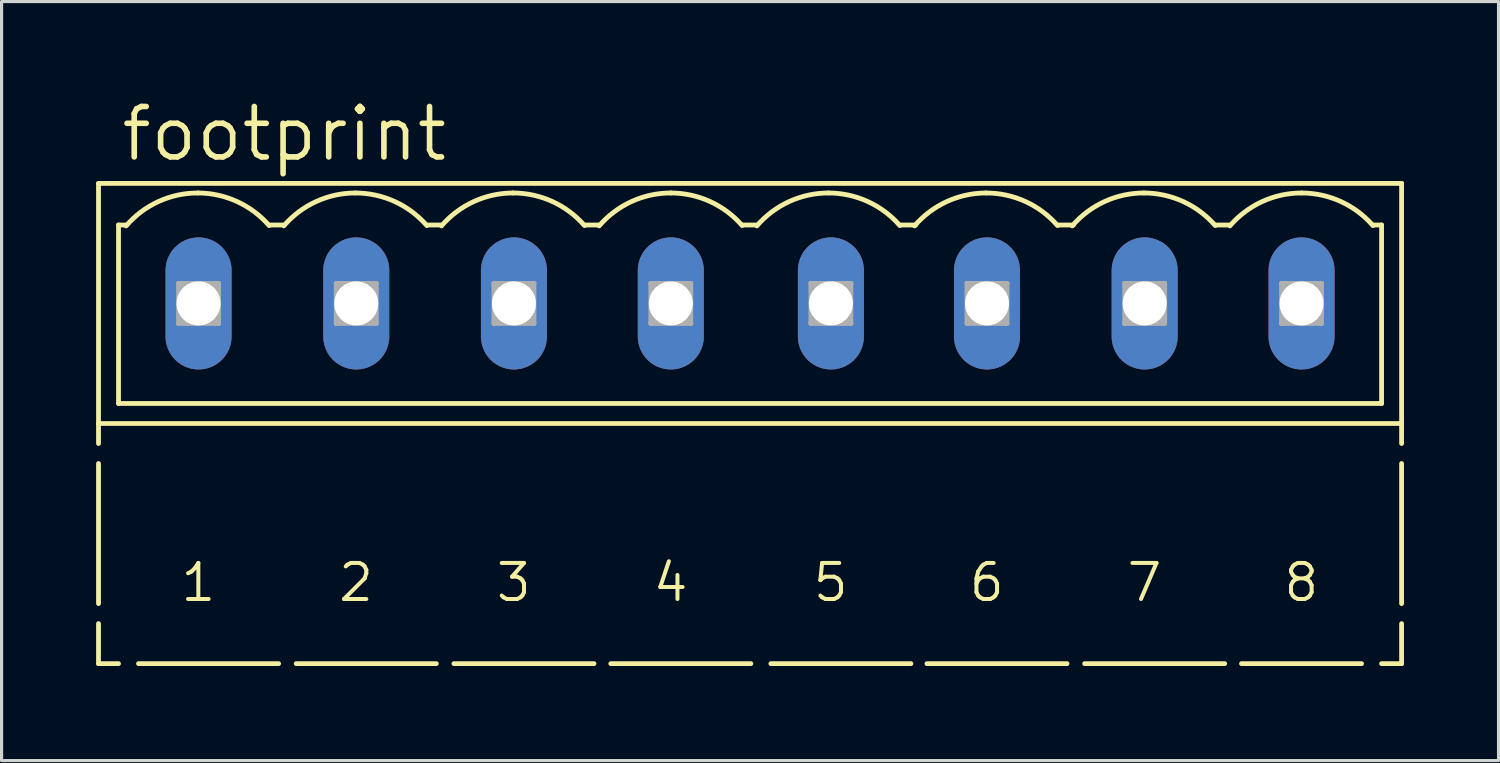
<source format=kicad_pcb>
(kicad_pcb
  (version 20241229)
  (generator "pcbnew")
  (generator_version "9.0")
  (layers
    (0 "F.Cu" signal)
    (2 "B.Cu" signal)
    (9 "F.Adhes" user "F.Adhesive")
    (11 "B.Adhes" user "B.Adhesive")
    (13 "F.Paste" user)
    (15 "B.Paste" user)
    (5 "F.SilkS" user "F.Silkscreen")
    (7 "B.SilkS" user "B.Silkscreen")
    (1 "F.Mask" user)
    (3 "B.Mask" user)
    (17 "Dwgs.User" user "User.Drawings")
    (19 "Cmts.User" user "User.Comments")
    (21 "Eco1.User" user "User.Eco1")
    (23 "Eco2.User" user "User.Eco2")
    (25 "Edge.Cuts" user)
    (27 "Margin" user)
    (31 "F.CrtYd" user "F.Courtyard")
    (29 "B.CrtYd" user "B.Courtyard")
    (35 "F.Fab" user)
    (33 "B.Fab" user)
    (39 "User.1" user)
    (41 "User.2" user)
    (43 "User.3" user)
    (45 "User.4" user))
  (footprint "footprint"
    (layer "F.Cu")
    (at 20.751 6.579)
    (property "Reference" "footprint" (at -20.04 -4.445 0) (layer "F.SilkS") (effects (font (size 1.6 1.6) (thickness 0.178)) (justify left bottom)))
    (fp_line (start -20.675 -3.81) (end -20.675 3.81) (stroke (width 0.152) (type solid)) (layer "F.SilkS"))
    (fp_line (start -20.675 3.81) (end -20.675 4.445) (stroke (width 0.152) (type solid)) (layer "F.SilkS"))
    (fp_line (start -20.675 9.525) (end -20.675 5.08) (stroke (width 0.152) (type solid)) (layer "F.SilkS"))
    (fp_line (start -20.675 11.43) (end -20.675 10.16) (stroke (width 0.152) (type solid)) (layer "F.SilkS"))
    (fp_line (start -20.04 -2.489) (end -20.04 3.175) (stroke (width 0.152) (type solid)) (layer "F.SilkS"))
    (fp_line (start -20.04 11.43) (end -20.675 11.43) (stroke (width 0.152) (type solid)) (layer "F.SilkS"))
    (fp_line (start -19.786 -2.489) (end -20.04 -2.489) (stroke (width 0.152) (type solid)) (layer "F.SilkS"))
    (fp_line (start -14.96 11.43) (end -19.405 11.43) (stroke (width 0.152) (type solid)) (layer "F.SilkS"))
    (fp_line (start -14.808 -2.489) (end -15.239 -2.489) (stroke (width 0.152) (type solid)) (layer "F.SilkS"))
    (fp_line (start -9.956 11.43) (end -14.401 11.43) (stroke (width 0.152) (type solid)) (layer "F.SilkS"))
    (fp_line (start -9.804 -2.489) (end -10.236 -2.489) (stroke (width 0.152) (type solid)) (layer "F.SilkS"))
    (fp_line (start -4.952 11.43) (end -9.397 11.43) (stroke (width 0.152) (type solid)) (layer "F.SilkS"))
    (fp_line (start -4.8 -2.489) (end -5.232 -2.489) (stroke (width 0.152) (type solid)) (layer "F.SilkS"))
    (fp_line (start 0.026 11.43) (end -4.419 11.43) (stroke (width 0.152) (type solid)) (layer "F.SilkS"))
    (fp_line (start 0.229 -2.489) (end -0.228 -2.489) (stroke (width 0.152) (type solid)) (layer "F.SilkS"))
    (fp_line (start 5.106 11.43) (end 0.661 11.43) (stroke (width 0.152) (type solid)) (layer "F.SilkS"))
    (fp_line (start 5.258 -2.489) (end 4.776 -2.489) (stroke (width 0.152) (type solid)) (layer "F.SilkS"))
    (fp_line (start 10.059 11.43) (end 5.614 11.43) (stroke (width 0.152) (type solid)) (layer "F.SilkS"))
    (fp_line (start 10.262 -2.489) (end 9.78 -2.489) (stroke (width 0.152) (type solid)) (layer "F.SilkS"))
    (fp_line (start 15.063 11.43) (end 10.618 11.43) (stroke (width 0.152) (type solid)) (layer "F.SilkS"))
    (fp_line (start 15.215 -2.489) (end 14.783 -2.489) (stroke (width 0.152) (type solid)) (layer "F.SilkS"))
    (fp_line (start 19.406 11.43) (end 15.596 11.43) (stroke (width 0.152) (type solid)) (layer "F.SilkS"))
    (fp_line (start 20.041 -2.489) (end 19.787 -2.489) (stroke (width 0.152) (type solid)) (layer "F.SilkS"))
    (fp_line (start 20.041 -2.489) (end 20.041 3.175) (stroke (width 0.152) (type solid)) (layer "F.SilkS"))
    (fp_line (start 20.041 3.175) (end -20.04 3.175) (stroke (width 0.152) (type solid)) (layer "F.SilkS"))
    (fp_line (start 20.676 -3.81) (end -20.675 -3.81) (stroke (width 0.152) (type solid)) (layer "F.SilkS"))
    (fp_line (start 20.676 3.81) (end -20.675 3.81) (stroke (width 0.152) (type solid)) (layer "F.SilkS"))
    (fp_line (start 20.676 3.81) (end 20.676 -3.81) (stroke (width 0.152) (type solid)) (layer "F.SilkS"))
    (fp_line (start 20.676 4.445) (end 20.676 3.81) (stroke (width 0.152) (type solid)) (layer "F.SilkS"))
    (fp_line (start 20.676 9.525) (end 20.676 5.08) (stroke (width 0.152) (type solid)) (layer "F.SilkS"))
    (fp_line (start 20.676 11.43) (end 20.041 11.43) (stroke (width 0.152) (type solid)) (layer "F.SilkS"))
    (fp_line (start 20.676 11.43) (end 20.676 10.16) (stroke (width 0.152) (type solid)) (layer "F.SilkS"))
    (fp_arc (start -19.7992 -2.4608) (mid -18.77651 -3.231677) (end -17.5254 -3.5053) (stroke (width 0.1524) (type solid)) (layer "F.SilkS"))
    (fp_arc (start -17.5254 -3.5052) (mid -16.280422 -3.234436) (end -15.260399 -2.471) (stroke (width 0.1524) (type solid)) (layer "F.SilkS"))
    (fp_arc (start -14.7954 -2.4608) (mid -13.772701 -3.231631) (end -12.5216 -3.505201) (stroke (width 0.1524) (type solid)) (layer "F.SilkS"))
    (fp_arc (start -12.5216 -3.5052) (mid -11.276622 -3.234436) (end -10.256599 -2.471) (stroke (width 0.1524) (type solid)) (layer "F.SilkS"))
    (fp_arc (start -9.7916 -2.4608) (mid -8.768901 -3.231631) (end -7.5178 -3.505201) (stroke (width 0.1524) (type solid)) (layer "F.SilkS"))
    (fp_arc (start -7.5178 -3.5052) (mid -6.272822 -3.234436) (end -5.252799 -2.471) (stroke (width 0.1524) (type solid)) (layer "F.SilkS"))
    (fp_arc (start -4.7878 -2.4608) (mid -3.765101 -3.231631) (end -2.514 -3.505201) (stroke (width 0.1524) (type solid)) (layer "F.SilkS"))
    (fp_arc (start -2.514 -3.5052) (mid -1.269022 -3.234436) (end -0.248999 -2.471) (stroke (width 0.1524) (type solid)) (layer "F.SilkS"))
    (fp_arc (start 0.216 -2.4608) (mid 1.238699 -3.231631) (end 2.4898 -3.5052) (stroke (width 0.1524) (type solid)) (layer "F.SilkS"))
    (fp_arc (start 2.4898 -3.5052) (mid 3.734778 -3.234436) (end 4.754801 -2.470999) (stroke (width 0.1524) (type solid)) (layer "F.SilkS"))
    (fp_arc (start 5.2198 -2.4608) (mid 6.242499 -3.231631) (end 7.4936 -3.5052) (stroke (width 0.1524) (type solid)) (layer "F.SilkS"))
    (fp_arc (start 7.4936 -3.5052) (mid 8.738578 -3.234436) (end 9.758601 -2.470999) (stroke (width 0.1524) (type solid)) (layer "F.SilkS"))
    (fp_arc (start 10.2236 -2.4608) (mid 11.246299 -3.231631) (end 12.4974 -3.5052) (stroke (width 0.1524) (type solid)) (layer "F.SilkS"))
    (fp_arc (start 12.4974 -3.5052) (mid 13.742378 -3.234436) (end 14.762401 -2.470999) (stroke (width 0.1524) (type solid)) (layer "F.SilkS"))
    (fp_arc (start 15.2274 -2.4608) (mid 16.250099 -3.231631) (end 17.5012 -3.5052) (stroke (width 0.1524) (type solid)) (layer "F.SilkS"))
    (fp_arc (start 17.5012 -3.5052) (mid 18.746178 -3.234436) (end 19.766201 -2.470999) (stroke (width 0.1524) (type solid)) (layer "F.SilkS"))
    (fp_line (start -18.135 -0.635) (end -18.135 0.635) (stroke (width 0.152) (type solid)) (layer "F.Fab"))
    (fp_line (start -18.135 0.635) (end -16.865 0.635) (stroke (width 0.152) (type solid)) (layer "F.Fab"))
    (fp_line (start -16.865 -0.635) (end -18.135 -0.635) (stroke (width 0.152) (type solid)) (layer "F.Fab"))
    (fp_line (start -16.865 -0.635) (end -18.135 0.635) (stroke (width 0.152) (type solid)) (layer "F.Fab"))
    (fp_line (start -16.865 0.635) (end -18.135 -0.635) (stroke (width 0.152) (type solid)) (layer "F.Fab"))
    (fp_line (start -16.865 0.635) (end -16.865 -0.635) (stroke (width 0.152) (type solid)) (layer "F.Fab"))
    (fp_line (start -13.131 -0.635) (end -13.131 0.635) (stroke (width 0.152) (type solid)) (layer "F.Fab"))
    (fp_line (start -13.131 0.635) (end -11.861 0.635) (stroke (width 0.152) (type solid)) (layer "F.Fab"))
    (fp_line (start -11.861 -0.635) (end -13.131 -0.635) (stroke (width 0.152) (type solid)) (layer "F.Fab"))
    (fp_line (start -11.861 -0.635) (end -13.131 0.635) (stroke (width 0.152) (type solid)) (layer "F.Fab"))
    (fp_line (start -11.861 0.635) (end -13.131 -0.635) (stroke (width 0.152) (type solid)) (layer "F.Fab"))
    (fp_line (start -11.861 0.635) (end -11.861 -0.635) (stroke (width 0.152) (type solid)) (layer "F.Fab"))
    (fp_line (start -8.127 -0.635) (end -8.127 0.635) (stroke (width 0.152) (type solid)) (layer "F.Fab"))
    (fp_line (start -8.127 0.635) (end -6.857 0.635) (stroke (width 0.152) (type solid)) (layer "F.Fab"))
    (fp_line (start -6.857 -0.635) (end -8.127 -0.635) (stroke (width 0.152) (type solid)) (layer "F.Fab"))
    (fp_line (start -6.857 -0.635) (end -8.127 0.635) (stroke (width 0.152) (type solid)) (layer "F.Fab"))
    (fp_line (start -6.857 0.635) (end -8.127 -0.635) (stroke (width 0.152) (type solid)) (layer "F.Fab"))
    (fp_line (start -6.857 0.635) (end -6.857 -0.635) (stroke (width 0.152) (type solid)) (layer "F.Fab"))
    (fp_line (start -3.149 -0.635) (end -3.149 0.635) (stroke (width 0.152) (type solid)) (layer "F.Fab"))
    (fp_line (start -3.149 0.635) (end -1.879 0.635) (stroke (width 0.152) (type solid)) (layer "F.Fab"))
    (fp_line (start -1.879 -0.635) (end -3.149 -0.635) (stroke (width 0.152) (type solid)) (layer "F.Fab"))
    (fp_line (start -1.879 -0.635) (end -3.149 0.635) (stroke (width 0.152) (type solid)) (layer "F.Fab"))
    (fp_line (start -1.879 0.635) (end -3.149 -0.635) (stroke (width 0.152) (type solid)) (layer "F.Fab"))
    (fp_line (start -1.879 0.635) (end -1.879 -0.635) (stroke (width 0.152) (type solid)) (layer "F.Fab"))
    (fp_line (start 1.931 -0.635) (end 1.931 0.635) (stroke (width 0.152) (type solid)) (layer "F.Fab"))
    (fp_line (start 1.931 0.635) (end 3.201 0.635) (stroke (width 0.152) (type solid)) (layer "F.Fab"))
    (fp_line (start 3.201 -0.635) (end 1.931 -0.635) (stroke (width 0.152) (type solid)) (layer "F.Fab"))
    (fp_line (start 3.201 -0.635) (end 1.931 0.635) (stroke (width 0.152) (type solid)) (layer "F.Fab"))
    (fp_line (start 3.201 0.635) (end 1.931 -0.635) (stroke (width 0.152) (type solid)) (layer "F.Fab"))
    (fp_line (start 3.201 0.635) (end 3.201 -0.635) (stroke (width 0.152) (type solid)) (layer "F.Fab"))
    (fp_line (start 6.884 -0.635) (end 6.884 0.635) (stroke (width 0.152) (type solid)) (layer "F.Fab"))
    (fp_line (start 6.884 0.635) (end 8.154 0.635) (stroke (width 0.152) (type solid)) (layer "F.Fab"))
    (fp_line (start 8.154 -0.635) (end 6.884 -0.635) (stroke (width 0.152) (type solid)) (layer "F.Fab"))
    (fp_line (start 8.154 -0.635) (end 6.884 0.635) (stroke (width 0.152) (type solid)) (layer "F.Fab"))
    (fp_line (start 8.154 0.635) (end 6.884 -0.635) (stroke (width 0.152) (type solid)) (layer "F.Fab"))
    (fp_line (start 8.154 0.635) (end 8.154 -0.635) (stroke (width 0.152) (type solid)) (layer "F.Fab"))
    (fp_line (start 11.888 -0.635) (end 11.888 0.635) (stroke (width 0.152) (type solid)) (layer "F.Fab"))
    (fp_line (start 11.888 0.635) (end 13.158 0.635) (stroke (width 0.152) (type solid)) (layer "F.Fab"))
    (fp_line (start 13.158 -0.635) (end 11.888 -0.635) (stroke (width 0.152) (type solid)) (layer "F.Fab"))
    (fp_line (start 13.158 -0.635) (end 11.888 0.635) (stroke (width 0.152) (type solid)) (layer "F.Fab"))
    (fp_line (start 13.158 0.635) (end 11.888 -0.635) (stroke (width 0.152) (type solid)) (layer "F.Fab"))
    (fp_line (start 13.158 0.635) (end 13.158 -0.635) (stroke (width 0.152) (type solid)) (layer "F.Fab"))
    (fp_line (start 16.866 -0.635) (end 16.866 0.635) (stroke (width 0.152) (type solid)) (layer "F.Fab"))
    (fp_line (start 16.866 0.635) (end 18.136 0.635) (stroke (width 0.152) (type solid)) (layer "F.Fab"))
    (fp_line (start 18.136 -0.635) (end 16.866 -0.635) (stroke (width 0.152) (type solid)) (layer "F.Fab"))
    (fp_line (start 18.136 -0.635) (end 16.866 0.635) (stroke (width 0.152) (type solid)) (layer "F.Fab"))
    (fp_line (start 18.136 0.635) (end 16.866 -0.635) (stroke (width 0.152) (type solid)) (layer "F.Fab"))
    (fp_line (start 18.136 0.635) (end 18.136 -0.635) (stroke (width 0.152) (type solid)) (layer "F.Fab"))
    (fp_text user "5" (at 1.931 9.525 0) (layer "F.SilkS") (effects (font (size 1.143 1.143) (thickness 0.127)) (justify left bottom)))
    (fp_text user "1" (at -18.135 9.525 0) (layer "F.SilkS") (effects (font (size 1.143 1.143) (thickness 0.127)) (justify left bottom)))
    (fp_text user "4" (at -3.149 9.525 0) (layer "F.SilkS") (effects (font (size 1.143 1.143) (thickness 0.127)) (justify left bottom)))
    (fp_text user "7" (at 11.888 9.525 0) (layer "F.SilkS") (effects (font (size 1.143 1.143) (thickness 0.127)) (justify left bottom)))
    (fp_text user "2" (at -13.131 9.525 0) (layer "F.SilkS") (effects (font (size 1.143 1.143) (thickness 0.127)) (justify left bottom)))
    (fp_text user "6" (at 6.884 9.525 0) (layer "F.SilkS") (effects (font (size 1.143 1.143) (thickness 0.127)) (justify left bottom)))
    (fp_text user "8" (at 16.866 9.525 0) (layer "F.SilkS") (effects (font (size 1.143 1.143) (thickness 0.127)) (justify left bottom)))
    (fp_text user "3" (at -8.127 9.525 0) (layer "F.SilkS") (effects (font (size 1.143 1.143) (thickness 0.127)) (justify left bottom)))
    (pad "1" thru_hole oval (at -17.5 0 90) (size 4.191 2.095) (drill 1.397) (layers "*.Cu" "*.Mask"))
    (pad "2" thru_hole oval (at -12.496 0 90) (size 4.191 2.095) (drill 1.397) (layers "*.Cu" "*.Mask"))
    (pad "3" thru_hole oval (at -7.492 0 90) (size 4.191 2.095) (drill 1.397) (layers "*.Cu" "*.Mask"))
    (pad "4" thru_hole oval (at -2.514 0 90) (size 4.191 2.095) (drill 1.397) (layers "*.Cu" "*.Mask"))
    (pad "5" thru_hole oval (at 2.566 0 90) (size 4.191 2.095) (drill 1.397) (layers "*.Cu" "*.Mask"))
    (pad "6" thru_hole oval (at 7.519 0 90) (size 4.191 2.095) (drill 1.397) (layers "*.Cu" "*.Mask"))
    (pad "7" thru_hole oval (at 12.523 0 90) (size 4.191 2.095) (drill 1.397) (layers "*.Cu" "*.Mask"))
    (pad "8" thru_hole oval (at 17.501 0 90) (size 4.191 2.095) (drill 1.397) (layers "*.Cu" "*.Mask")))
  (gr_rect
    (start -3 -3)
    (end 44.503 21.085)
    (stroke (width 0.1) (type default))
    (fill no)
    (layer "Edge.Cuts")))
</source>
